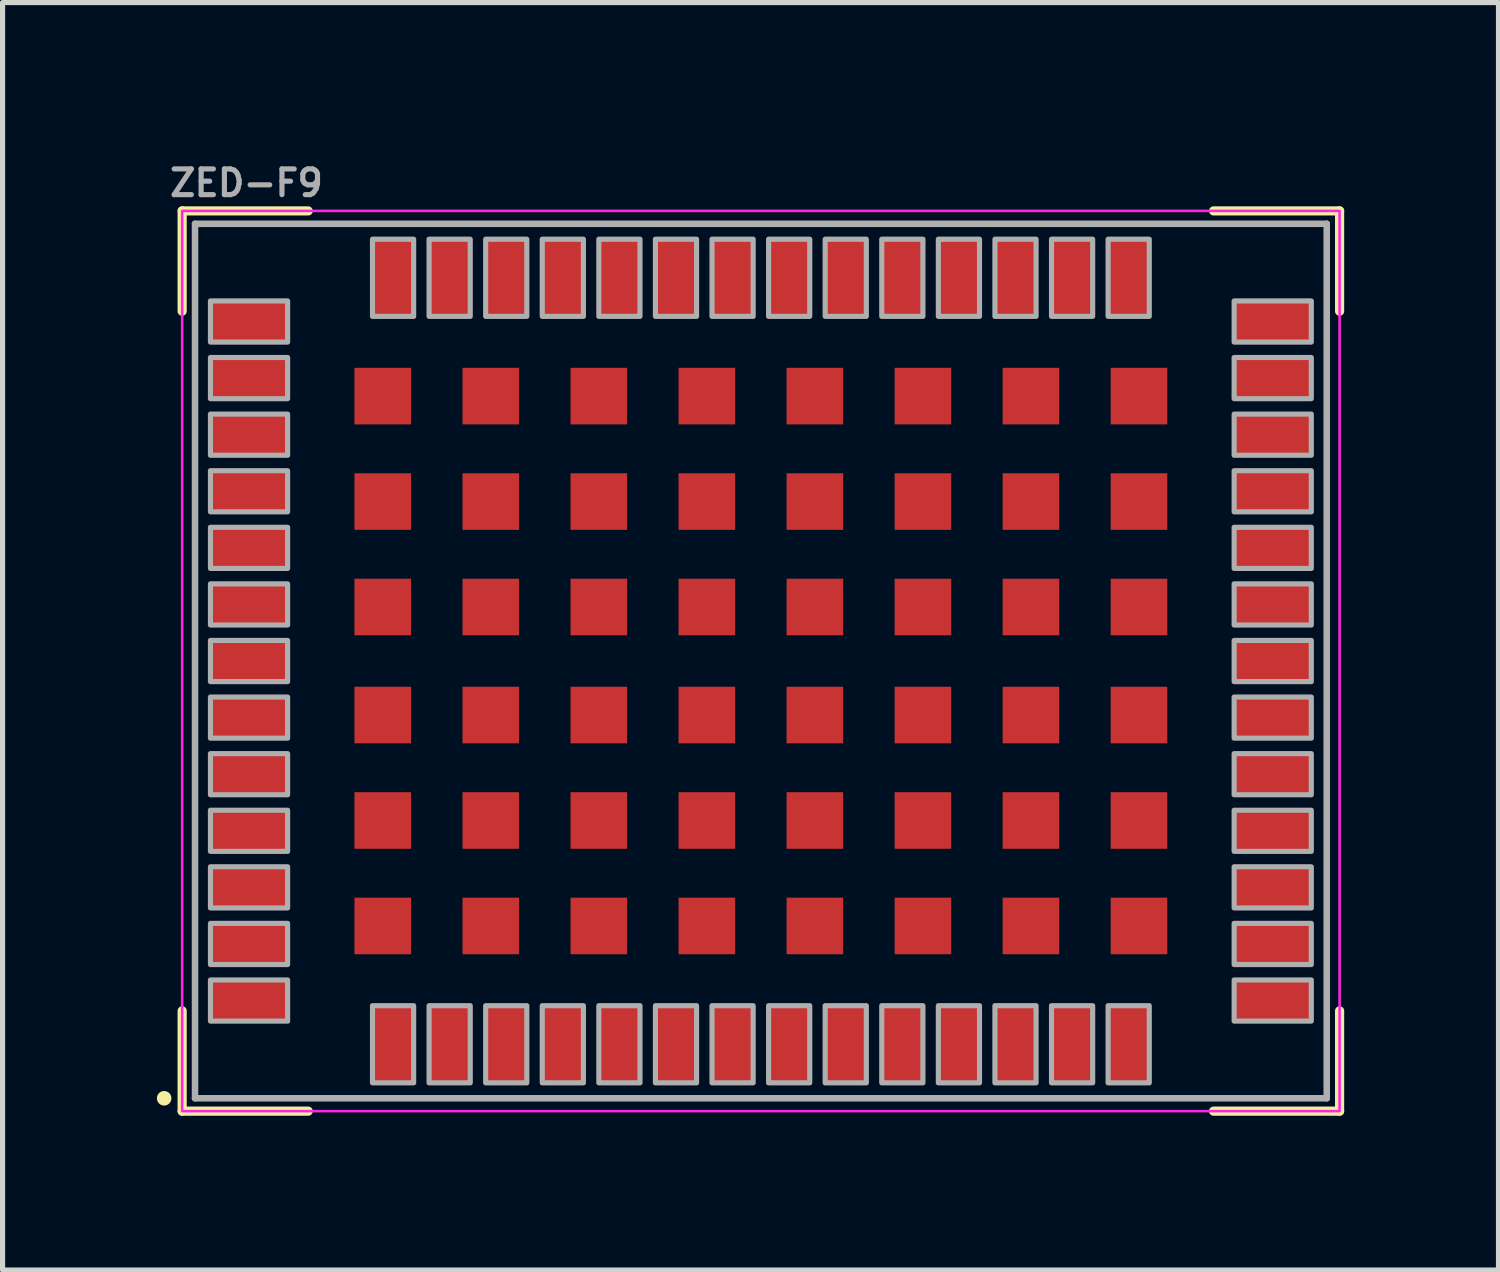
<source format=kicad_pcb>
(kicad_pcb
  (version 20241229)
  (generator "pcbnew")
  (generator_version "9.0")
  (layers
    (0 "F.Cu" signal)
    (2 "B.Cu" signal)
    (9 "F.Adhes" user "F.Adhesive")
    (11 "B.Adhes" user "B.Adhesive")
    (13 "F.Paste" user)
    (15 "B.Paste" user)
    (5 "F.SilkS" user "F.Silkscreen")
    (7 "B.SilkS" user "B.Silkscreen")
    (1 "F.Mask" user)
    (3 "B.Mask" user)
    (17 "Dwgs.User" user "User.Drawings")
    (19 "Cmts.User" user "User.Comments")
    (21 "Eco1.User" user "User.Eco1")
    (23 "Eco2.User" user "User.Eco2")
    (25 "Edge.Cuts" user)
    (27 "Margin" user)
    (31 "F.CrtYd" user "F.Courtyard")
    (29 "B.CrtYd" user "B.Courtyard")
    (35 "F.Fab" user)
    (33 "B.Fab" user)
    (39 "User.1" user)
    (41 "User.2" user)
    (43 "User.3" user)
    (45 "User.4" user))
  (footprint "ZED-F9"
    (layer "F.Cu")
    (at 11.741 9.8)
    (property "Reference" "ZED-F9" (at -10 -9 0) (layer "F.Fab") (effects (font (size 0.5 0.5) (thickness 0.1) (bold yes)) (justify bottom)))
    (fp_line (start -11.25 -8.75) (end -8.8 -8.75) (stroke (width 0.178) (type solid)) (layer "F.SilkS"))
    (fp_line (start -11.25 -6.8) (end -11.25 -8.75) (stroke (width 0.178) (type solid)) (layer "F.SilkS"))
    (fp_line (start -11.25 8.75) (end -11.25 6.8) (stroke (width 0.178) (type solid)) (layer "F.SilkS"))
    (fp_line (start -8.8 8.75) (end -11.25 8.75) (stroke (width 0.178) (type solid)) (layer "F.SilkS"))
    (fp_line (start 8.8 -8.75) (end 11.25 -8.75) (stroke (width 0.178) (type solid)) (layer "F.SilkS"))
    (fp_line (start 11.25 -8.75) (end 11.25 -6.8) (stroke (width 0.178) (type solid)) (layer "F.SilkS"))
    (fp_line (start 11.25 6.8) (end 11.25 8.75) (stroke (width 0.178) (type solid)) (layer "F.SilkS"))
    (fp_line (start 11.25 8.75) (end 8.8 8.75) (stroke (width 0.178) (type solid)) (layer "F.SilkS"))
    (fp_circle (center -11.6 8.5) (end -11.529 8.5) (stroke (width 0.141) (type solid)) (fill yes) (layer "F.SilkS"))
    (fp_poly (pts (xy -7.8 -4.7) (xy -6.9 -4.7) (xy -6.9 -5.6) (xy -7.8 -5.6)) (stroke (width 0) (type default)) (fill yes) (layer "F.Paste"))
    (fp_poly (pts (xy -7.8 -2.65) (xy -6.9 -2.65) (xy -6.9 -3.55) (xy -7.8 -3.55)) (stroke (width 0) (type default)) (fill yes) (layer "F.Paste"))
    (fp_poly (pts (xy -7.8 -0.6) (xy -6.9 -0.6) (xy -6.9 -1.5) (xy -7.8 -1.5)) (stroke (width 0) (type default)) (fill yes) (layer "F.Paste"))
    (fp_poly (pts (xy -7.8 1.5) (xy -6.9 1.5) (xy -6.9 0.6) (xy -7.8 0.6)) (stroke (width 0) (type default)) (fill yes) (layer "F.Paste"))
    (fp_poly (pts (xy -7.8 3.55) (xy -6.9 3.55) (xy -6.9 2.65) (xy -7.8 2.65)) (stroke (width 0) (type default)) (fill yes) (layer "F.Paste"))
    (fp_poly (pts (xy -7.8 5.6) (xy -6.9 5.6) (xy -6.9 4.7) (xy -7.8 4.7)) (stroke (width 0) (type default)) (fill yes) (layer "F.Paste"))
    (fp_poly (pts (xy -5.7 -4.7) (xy -4.8 -4.7) (xy -4.8 -5.6) (xy -5.7 -5.6)) (stroke (width 0) (type default)) (fill yes) (layer "F.Paste"))
    (fp_poly (pts (xy -5.7 -2.65) (xy -4.8 -2.65) (xy -4.8 -3.55) (xy -5.7 -3.55)) (stroke (width 0) (type default)) (fill yes) (layer "F.Paste"))
    (fp_poly (pts (xy -5.7 -0.6) (xy -4.8 -0.6) (xy -4.8 -1.5) (xy -5.7 -1.5)) (stroke (width 0) (type default)) (fill yes) (layer "F.Paste"))
    (fp_poly (pts (xy -5.7 1.5) (xy -4.8 1.5) (xy -4.8 0.6) (xy -5.7 0.6)) (stroke (width 0) (type default)) (fill yes) (layer "F.Paste"))
    (fp_poly (pts (xy -5.7 3.55) (xy -4.8 3.55) (xy -4.8 2.65) (xy -5.7 2.65)) (stroke (width 0) (type default)) (fill yes) (layer "F.Paste"))
    (fp_poly (pts (xy -5.7 5.6) (xy -4.8 5.6) (xy -4.8 4.7) (xy -5.7 4.7)) (stroke (width 0) (type default)) (fill yes) (layer "F.Paste"))
    (fp_poly (pts (xy -3.6 -4.7) (xy -2.7 -4.7) (xy -2.7 -5.6) (xy -3.6 -5.6)) (stroke (width 0) (type default)) (fill yes) (layer "F.Paste"))
    (fp_poly (pts (xy -3.6 -2.65) (xy -2.7 -2.65) (xy -2.7 -3.55) (xy -3.6 -3.55)) (stroke (width 0) (type default)) (fill yes) (layer "F.Paste"))
    (fp_poly (pts (xy -3.6 -0.6) (xy -2.7 -0.6) (xy -2.7 -1.5) (xy -3.6 -1.5)) (stroke (width 0) (type default)) (fill yes) (layer "F.Paste"))
    (fp_poly (pts (xy -3.6 1.5) (xy -2.7 1.5) (xy -2.7 0.6) (xy -3.6 0.6)) (stroke (width 0) (type default)) (fill yes) (layer "F.Paste"))
    (fp_poly (pts (xy -3.6 3.55) (xy -2.7 3.55) (xy -2.7 2.65) (xy -3.6 2.65)) (stroke (width 0) (type default)) (fill yes) (layer "F.Paste"))
    (fp_poly (pts (xy -3.6 5.6) (xy -2.7 5.6) (xy -2.7 4.7) (xy -3.6 4.7)) (stroke (width 0) (type default)) (fill yes) (layer "F.Paste"))
    (fp_poly (pts (xy -1.5 -4.7) (xy -0.6 -4.7) (xy -0.6 -5.6) (xy -1.5 -5.6)) (stroke (width 0) (type default)) (fill yes) (layer "F.Paste"))
    (fp_poly (pts (xy -1.5 -2.65) (xy -0.6 -2.65) (xy -0.6 -3.55) (xy -1.5 -3.55)) (stroke (width 0) (type default)) (fill yes) (layer "F.Paste"))
    (fp_poly (pts (xy -1.5 -0.6) (xy -0.6 -0.6) (xy -0.6 -1.5) (xy -1.5 -1.5)) (stroke (width 0) (type default)) (fill yes) (layer "F.Paste"))
    (fp_poly (pts (xy -1.5 1.5) (xy -0.6 1.5) (xy -0.6 0.6) (xy -1.5 0.6)) (stroke (width 0) (type default)) (fill yes) (layer "F.Paste"))
    (fp_poly (pts (xy -1.5 3.55) (xy -0.6 3.55) (xy -0.6 2.65) (xy -1.5 2.65)) (stroke (width 0) (type default)) (fill yes) (layer "F.Paste"))
    (fp_poly (pts (xy -1.5 5.6) (xy -0.6 5.6) (xy -0.6 4.7) (xy -1.5 4.7)) (stroke (width 0) (type default)) (fill yes) (layer "F.Paste"))
    (fp_poly (pts (xy 0.6 -4.7) (xy 1.5 -4.7) (xy 1.5 -5.6) (xy 0.6 -5.6)) (stroke (width 0) (type default)) (fill yes) (layer "F.Paste"))
    (fp_poly (pts (xy 0.6 -2.65) (xy 1.5 -2.65) (xy 1.5 -3.55) (xy 0.6 -3.55)) (stroke (width 0) (type default)) (fill yes) (layer "F.Paste"))
    (fp_poly (pts (xy 0.6 -0.6) (xy 1.5 -0.6) (xy 1.5 -1.5) (xy 0.6 -1.5)) (stroke (width 0) (type default)) (fill yes) (layer "F.Paste"))
    (fp_poly (pts (xy 0.6 1.5) (xy 1.5 1.5) (xy 1.5 0.6) (xy 0.6 0.6)) (stroke (width 0) (type default)) (fill yes) (layer "F.Paste"))
    (fp_poly (pts (xy 0.6 3.55) (xy 1.5 3.55) (xy 1.5 2.65) (xy 0.6 2.65)) (stroke (width 0) (type default)) (fill yes) (layer "F.Paste"))
    (fp_poly (pts (xy 0.6 5.6) (xy 1.5 5.6) (xy 1.5 4.7) (xy 0.6 4.7)) (stroke (width 0) (type default)) (fill yes) (layer "F.Paste"))
    (fp_poly (pts (xy 2.7 -4.7) (xy 3.6 -4.7) (xy 3.6 -5.6) (xy 2.7 -5.6)) (stroke (width 0) (type default)) (fill yes) (layer "F.Paste"))
    (fp_poly (pts (xy 2.7 -2.65) (xy 3.6 -2.65) (xy 3.6 -3.55) (xy 2.7 -3.55)) (stroke (width 0) (type default)) (fill yes) (layer "F.Paste"))
    (fp_poly (pts (xy 2.7 -0.6) (xy 3.6 -0.6) (xy 3.6 -1.5) (xy 2.7 -1.5)) (stroke (width 0) (type default)) (fill yes) (layer "F.Paste"))
    (fp_poly (pts (xy 2.7 1.5) (xy 3.6 1.5) (xy 3.6 0.6) (xy 2.7 0.6)) (stroke (width 0) (type default)) (fill yes) (layer "F.Paste"))
    (fp_poly (pts (xy 2.7 3.55) (xy 3.6 3.55) (xy 3.6 2.65) (xy 2.7 2.65)) (stroke (width 0) (type default)) (fill yes) (layer "F.Paste"))
    (fp_poly (pts (xy 2.7 5.6) (xy 3.6 5.6) (xy 3.6 4.7) (xy 2.7 4.7)) (stroke (width 0) (type default)) (fill yes) (layer "F.Paste"))
    (fp_poly (pts (xy 4.8 -4.7) (xy 5.7 -4.7) (xy 5.7 -5.6) (xy 4.8 -5.6)) (stroke (width 0) (type default)) (fill yes) (layer "F.Paste"))
    (fp_poly (pts (xy 4.8 -2.65) (xy 5.7 -2.65) (xy 5.7 -3.55) (xy 4.8 -3.55)) (stroke (width 0) (type default)) (fill yes) (layer "F.Paste"))
    (fp_poly (pts (xy 4.8 -0.6) (xy 5.7 -0.6) (xy 5.7 -1.5) (xy 4.8 -1.5)) (stroke (width 0) (type default)) (fill yes) (layer "F.Paste"))
    (fp_poly (pts (xy 4.8 1.5) (xy 5.7 1.5) (xy 5.7 0.6) (xy 4.8 0.6)) (stroke (width 0) (type default)) (fill yes) (layer "F.Paste"))
    (fp_poly (pts (xy 4.8 3.55) (xy 5.7 3.55) (xy 5.7 2.65) (xy 4.8 2.65)) (stroke (width 0) (type default)) (fill yes) (layer "F.Paste"))
    (fp_poly (pts (xy 4.8 5.6) (xy 5.7 5.6) (xy 5.7 4.7) (xy 4.8 4.7)) (stroke (width 0) (type default)) (fill yes) (layer "F.Paste"))
    (fp_poly (pts (xy 6.9 -4.7) (xy 7.8 -4.7) (xy 7.8 -5.6) (xy 6.9 -5.6)) (stroke (width 0) (type default)) (fill yes) (layer "F.Paste"))
    (fp_poly (pts (xy 6.9 -2.65) (xy 7.8 -2.65) (xy 7.8 -3.55) (xy 6.9 -3.55)) (stroke (width 0) (type default)) (fill yes) (layer "F.Paste"))
    (fp_poly (pts (xy 6.9 -0.6) (xy 7.8 -0.6) (xy 7.8 -1.5) (xy 6.9 -1.5)) (stroke (width 0) (type default)) (fill yes) (layer "F.Paste"))
    (fp_poly (pts (xy 6.9 1.5) (xy 7.8 1.5) (xy 7.8 0.6) (xy 6.9 0.6)) (stroke (width 0) (type default)) (fill yes) (layer "F.Paste"))
    (fp_poly (pts (xy 6.9 3.55) (xy 7.8 3.55) (xy 7.8 2.65) (xy 6.9 2.65)) (stroke (width 0) (type default)) (fill yes) (layer "F.Paste"))
    (fp_poly (pts (xy 6.9 5.6) (xy 7.8 5.6) (xy 7.8 4.7) (xy 6.9 4.7)) (stroke (width 0) (type default)) (fill yes) (layer "F.Paste"))
    (fp_rect (start -11.25 -8.75) (end 11.25 8.75) (stroke (width 0.05) (type default)) (fill no) (layer "F.CrtYd"))
    (fp_line (start -11 -8.5) (end 11 -8.5) (stroke (width 0.127) (type solid)) (layer "F.Fab"))
    (fp_line (start -11 8.5) (end -11 -8.5) (stroke (width 0.127) (type solid)) (layer "F.Fab"))
    (fp_line (start 11 -8.5) (end 11 8.5) (stroke (width 0.127) (type solid)) (layer "F.Fab"))
    (fp_line (start 11 8.5) (end -11 8.5) (stroke (width 0.127) (type solid)) (layer "F.Fab"))
    (fp_poly (pts (xy -10.7 -6.2) (xy -9.2 -6.2) (xy -9.2 -7) (xy -10.7 -7)) (stroke (width 0.1) (type default)) (fill no) (layer "F.Fab"))
    (fp_poly (pts (xy -10.7 -5.1) (xy -9.2 -5.1) (xy -9.2 -5.9) (xy -10.7 -5.9)) (stroke (width 0.1) (type default)) (fill no) (layer "F.Fab"))
    (fp_poly (pts (xy -10.7 -4) (xy -9.2 -4) (xy -9.2 -4.8) (xy -10.7 -4.8)) (stroke (width 0.1) (type default)) (fill no) (layer "F.Fab"))
    (fp_poly (pts (xy -10.7 -2.9) (xy -9.2 -2.9) (xy -9.2 -3.7) (xy -10.7 -3.7)) (stroke (width 0.1) (type default)) (fill no) (layer "F.Fab"))
    (fp_poly (pts (xy -10.7 -1.8) (xy -9.2 -1.8) (xy -9.2 -2.6) (xy -10.7 -2.6)) (stroke (width 0.1) (type default)) (fill no) (layer "F.Fab"))
    (fp_poly (pts (xy -10.7 -0.7) (xy -9.2 -0.7) (xy -9.2 -1.5) (xy -10.7 -1.5)) (stroke (width 0.1) (type default)) (fill no) (layer "F.Fab"))
    (fp_poly (pts (xy -10.7 0.4) (xy -9.2 0.4) (xy -9.2 -0.4) (xy -10.7 -0.4)) (stroke (width 0.1) (type default)) (fill no) (layer "F.Fab"))
    (fp_poly (pts (xy -10.7 1.5) (xy -9.2 1.5) (xy -9.2 0.7) (xy -10.7 0.7)) (stroke (width 0.1) (type default)) (fill no) (layer "F.Fab"))
    (fp_poly (pts (xy -10.7 2.6) (xy -9.2 2.6) (xy -9.2 1.8) (xy -10.7 1.8)) (stroke (width 0.1) (type default)) (fill no) (layer "F.Fab"))
    (fp_poly (pts (xy -10.7 3.7) (xy -9.2 3.7) (xy -9.2 2.9) (xy -10.7 2.9)) (stroke (width 0.1) (type default)) (fill no) (layer "F.Fab"))
    (fp_poly (pts (xy -10.7 4.8) (xy -9.2 4.8) (xy -9.2 4) (xy -10.7 4)) (stroke (width 0.1) (type default)) (fill no) (layer "F.Fab"))
    (fp_poly (pts (xy -10.7 5.9) (xy -9.2 5.9) (xy -9.2 5.1) (xy -10.7 5.1)) (stroke (width 0.1) (type default)) (fill no) (layer "F.Fab"))
    (fp_poly (pts (xy -10.7 7) (xy -9.2 7) (xy -9.2 6.2) (xy -10.7 6.2)) (stroke (width 0.1) (type default)) (fill no) (layer "F.Fab"))
    (fp_poly (pts (xy -7.55 -6.7) (xy -6.75 -6.7) (xy -6.75 -8.2) (xy -7.55 -8.2)) (stroke (width 0.1) (type default)) (fill no) (layer "F.Fab"))
    (fp_poly (pts (xy -7.55 8.2) (xy -6.75 8.2) (xy -6.75 6.7) (xy -7.55 6.7)) (stroke (width 0.1) (type default)) (fill no) (layer "F.Fab"))
    (fp_poly (pts (xy -6.45 -6.7) (xy -5.65 -6.7) (xy -5.65 -8.2) (xy -6.45 -8.2)) (stroke (width 0.1) (type default)) (fill no) (layer "F.Fab"))
    (fp_poly (pts (xy -6.45 8.2) (xy -5.65 8.2) (xy -5.65 6.7) (xy -6.45 6.7)) (stroke (width 0.1) (type default)) (fill no) (layer "F.Fab"))
    (fp_poly (pts (xy -5.35 -6.7) (xy -4.55 -6.7) (xy -4.55 -8.2) (xy -5.35 -8.2)) (stroke (width 0.1) (type default)) (fill no) (layer "F.Fab"))
    (fp_poly (pts (xy -5.35 8.2) (xy -4.55 8.2) (xy -4.55 6.7) (xy -5.35 6.7)) (stroke (width 0.1) (type default)) (fill no) (layer "F.Fab"))
    (fp_poly (pts (xy -4.25 -6.7) (xy -3.45 -6.7) (xy -3.45 -8.2) (xy -4.25 -8.2)) (stroke (width 0.1) (type default)) (fill no) (layer "F.Fab"))
    (fp_poly (pts (xy -4.25 8.2) (xy -3.45 8.2) (xy -3.45 6.7) (xy -4.25 6.7)) (stroke (width 0.1) (type default)) (fill no) (layer "F.Fab"))
    (fp_poly (pts (xy -3.15 -6.7) (xy -2.35 -6.7) (xy -2.35 -8.2) (xy -3.15 -8.2)) (stroke (width 0.1) (type default)) (fill no) (layer "F.Fab"))
    (fp_poly (pts (xy -3.15 8.2) (xy -2.35 8.2) (xy -2.35 6.7) (xy -3.15 6.7)) (stroke (width 0.1) (type default)) (fill no) (layer "F.Fab"))
    (fp_poly (pts (xy -2.05 -6.7) (xy -1.25 -6.7) (xy -1.25 -8.2) (xy -2.05 -8.2)) (stroke (width 0.1) (type default)) (fill no) (layer "F.Fab"))
    (fp_poly (pts (xy -2.05 8.2) (xy -1.25 8.2) (xy -1.25 6.7) (xy -2.05 6.7)) (stroke (width 0.1) (type default)) (fill no) (layer "F.Fab"))
    (fp_poly (pts (xy -0.95 -6.7) (xy -0.15 -6.7) (xy -0.15 -8.2) (xy -0.95 -8.2)) (stroke (width 0.1) (type default)) (fill no) (layer "F.Fab"))
    (fp_poly (pts (xy -0.95 8.2) (xy -0.15 8.2) (xy -0.15 6.7) (xy -0.95 6.7)) (stroke (width 0.1) (type default)) (fill no) (layer "F.Fab"))
    (fp_poly (pts (xy 0.15 -6.7) (xy 0.95 -6.7) (xy 0.95 -8.2) (xy 0.15 -8.2)) (stroke (width 0.1) (type default)) (fill no) (layer "F.Fab"))
    (fp_poly (pts (xy 0.15 8.2) (xy 0.95 8.2) (xy 0.95 6.7) (xy 0.15 6.7)) (stroke (width 0.1) (type default)) (fill no) (layer "F.Fab"))
    (fp_poly (pts (xy 1.25 -6.7) (xy 2.05 -6.7) (xy 2.05 -8.2) (xy 1.25 -8.2)) (stroke (width 0.1) (type default)) (fill no) (layer "F.Fab"))
    (fp_poly (pts (xy 1.25 8.2) (xy 2.05 8.2) (xy 2.05 6.7) (xy 1.25 6.7)) (stroke (width 0.1) (type default)) (fill no) (layer "F.Fab"))
    (fp_poly (pts (xy 2.35 -6.7) (xy 3.15 -6.7) (xy 3.15 -8.2) (xy 2.35 -8.2)) (stroke (width 0.1) (type default)) (fill no) (layer "F.Fab"))
    (fp_poly (pts (xy 2.35 8.2) (xy 3.15 8.2) (xy 3.15 6.7) (xy 2.35 6.7)) (stroke (width 0.1) (type default)) (fill no) (layer "F.Fab"))
    (fp_poly (pts (xy 3.45 -6.7) (xy 4.25 -6.7) (xy 4.25 -8.2) (xy 3.45 -8.2)) (stroke (width 0.1) (type default)) (fill no) (layer "F.Fab"))
    (fp_poly (pts (xy 3.45 8.2) (xy 4.25 8.2) (xy 4.25 6.7) (xy 3.45 6.7)) (stroke (width 0.1) (type default)) (fill no) (layer "F.Fab"))
    (fp_poly (pts (xy 4.55 -6.7) (xy 5.35 -6.7) (xy 5.35 -8.2) (xy 4.55 -8.2)) (stroke (width 0.1) (type default)) (fill no) (layer "F.Fab"))
    (fp_poly (pts (xy 4.55 8.2) (xy 5.35 8.2) (xy 5.35 6.7) (xy 4.55 6.7)) (stroke (width 0.1) (type default)) (fill no) (layer "F.Fab"))
    (fp_poly (pts (xy 5.65 -6.7) (xy 6.45 -6.7) (xy 6.45 -8.2) (xy 5.65 -8.2)) (stroke (width 0.1) (type default)) (fill no) (layer "F.Fab"))
    (fp_poly (pts (xy 5.65 8.2) (xy 6.45 8.2) (xy 6.45 6.7) (xy 5.65 6.7)) (stroke (width 0.1) (type default)) (fill no) (layer "F.Fab"))
    (fp_poly (pts (xy 6.75 -6.7) (xy 7.55 -6.7) (xy 7.55 -8.2) (xy 6.75 -8.2)) (stroke (width 0.1) (type default)) (fill no) (layer "F.Fab"))
    (fp_poly (pts (xy 6.75 8.2) (xy 7.55 8.2) (xy 7.55 6.7) (xy 6.75 6.7)) (stroke (width 0.1) (type default)) (fill no) (layer "F.Fab"))
    (fp_poly (pts (xy 9.2 -6.2) (xy 10.7 -6.2) (xy 10.7 -7) (xy 9.2 -7)) (stroke (width 0.1) (type default)) (fill no) (layer "F.Fab"))
    (fp_poly (pts (xy 9.2 -5.1) (xy 10.7 -5.1) (xy 10.7 -5.9) (xy 9.2 -5.9)) (stroke (width 0.1) (type default)) (fill no) (layer "F.Fab"))
    (fp_poly (pts (xy 9.2 -4) (xy 10.7 -4) (xy 10.7 -4.8) (xy 9.2 -4.8)) (stroke (width 0.1) (type default)) (fill no) (layer "F.Fab"))
    (fp_poly (pts (xy 9.2 -2.9) (xy 10.7 -2.9) (xy 10.7 -3.7) (xy 9.2 -3.7)) (stroke (width 0.1) (type default)) (fill no) (layer "F.Fab"))
    (fp_poly (pts (xy 9.2 -1.8) (xy 10.7 -1.8) (xy 10.7 -2.6) (xy 9.2 -2.6)) (stroke (width 0.1) (type default)) (fill no) (layer "F.Fab"))
    (fp_poly (pts (xy 9.2 -0.7) (xy 10.7 -0.7) (xy 10.7 -1.5) (xy 9.2 -1.5)) (stroke (width 0.1) (type default)) (fill no) (layer "F.Fab"))
    (fp_poly (pts (xy 9.2 0.4) (xy 10.7 0.4) (xy 10.7 -0.4) (xy 9.2 -0.4)) (stroke (width 0.1) (type default)) (fill no) (layer "F.Fab"))
    (fp_poly (pts (xy 9.2 1.5) (xy 10.7 1.5) (xy 10.7 0.7) (xy 9.2 0.7)) (stroke (width 0.1) (type default)) (fill no) (layer "F.Fab"))
    (fp_poly (pts (xy 9.2 2.6) (xy 10.7 2.6) (xy 10.7 1.8) (xy 9.2 1.8)) (stroke (width 0.1) (type default)) (fill no) (layer "F.Fab"))
    (fp_poly (pts (xy 9.2 3.7) (xy 10.7 3.7) (xy 10.7 2.9) (xy 9.2 2.9)) (stroke (width 0.1) (type default)) (fill no) (layer "F.Fab"))
    (fp_poly (pts (xy 9.2 4.8) (xy 10.7 4.8) (xy 10.7 4) (xy 9.2 4)) (stroke (width 0.1) (type default)) (fill no) (layer "F.Fab"))
    (fp_poly (pts (xy 9.2 5.9) (xy 10.7 5.9) (xy 10.7 5.1) (xy 9.2 5.1)) (stroke (width 0.1) (type default)) (fill no) (layer "F.Fab"))
    (fp_poly (pts (xy 9.2 7) (xy 10.7 7) (xy 10.7 6.2) (xy 9.2 6.2)) (stroke (width 0.1) (type default)) (fill no) (layer "F.Fab"))
    (pad "1" smd rect (at -7.15 7.45 90) (size 1.52 0.85) (layers "F.Cu" "F.Mask" "F.Paste"))
    (pad "2" smd rect (at -6.05 7.45 90) (size 1.52 0.85) (layers "F.Cu" "F.Mask" "F.Paste"))
    (pad "3" smd rect (at -4.95 7.45 90) (size 1.52 0.85) (layers "F.Cu" "F.Mask" "F.Paste"))
    (pad "4" smd rect (at -3.85 7.45 90) (size 1.52 0.85) (layers "F.Cu" "F.Mask" "F.Paste"))
    (pad "5" smd rect (at -2.75 7.45 90) (size 1.52 0.85) (layers "F.Cu" "F.Mask" "F.Paste"))
    (pad "6" smd rect (at -1.65 7.45 90) (size 1.52 0.85) (layers "F.Cu" "F.Mask" "F.Paste"))
    (pad "7" smd rect (at -0.55 7.45 90) (size 1.52 0.85) (layers "F.Cu" "F.Mask" "F.Paste"))
    (pad "8" smd rect (at 0.55 7.45 90) (size 1.52 0.85) (layers "F.Cu" "F.Mask" "F.Paste"))
    (pad "9" smd rect (at 1.65 7.45 90) (size 1.52 0.85) (layers "F.Cu" "F.Mask" "F.Paste"))
    (pad "10" smd rect (at 2.75 7.45 90) (size 1.52 0.85) (layers "F.Cu" "F.Mask" "F.Paste"))
    (pad "11" smd rect (at 3.85 7.45 90) (size 1.52 0.85) (layers "F.Cu" "F.Mask" "F.Paste"))
    (pad "12" smd rect (at 4.95 7.45 90) (size 1.52 0.85) (layers "F.Cu" "F.Mask" "F.Paste"))
    (pad "13" smd rect (at 6.05 7.45 90) (size 1.52 0.85) (layers "F.Cu" "F.Mask" "F.Paste"))
    (pad "14" smd rect (at 7.15 7.45 90) (size 1.52 0.85) (layers "F.Cu" "F.Mask" "F.Paste"))
    (pad "15" smd rect (at 9.95 6.6) (size 1.52 0.85) (layers "F.Cu" "F.Mask" "F.Paste"))
    (pad "16" smd rect (at 9.95 5.5) (size 1.52 0.85) (layers "F.Cu" "F.Mask" "F.Paste"))
    (pad "17" smd rect (at 9.95 4.4) (size 1.52 0.85) (layers "F.Cu" "F.Mask" "F.Paste"))
    (pad "18" smd rect (at 9.95 3.3) (size 1.52 0.85) (layers "F.Cu" "F.Mask" "F.Paste"))
    (pad "19" smd rect (at 9.95 2.2) (size 1.52 0.85) (layers "F.Cu" "F.Mask" "F.Paste"))
    (pad "20" smd rect (at 9.95 1.1) (size 1.52 0.85) (layers "F.Cu" "F.Mask" "F.Paste"))
    (pad "21" smd rect (at 9.95 0) (size 1.52 0.85) (layers "F.Cu" "F.Mask" "F.Paste"))
    (pad "22" smd rect (at 9.95 -1.1) (size 1.52 0.85) (layers "F.Cu" "F.Mask" "F.Paste"))
    (pad "23" smd rect (at 9.95 -2.2) (size 1.52 0.85) (layers "F.Cu" "F.Mask" "F.Paste"))
    (pad "24" smd rect (at 9.95 -3.3) (size 1.52 0.85) (layers "F.Cu" "F.Mask" "F.Paste"))
    (pad "25" smd rect (at 9.95 -4.4) (size 1.52 0.85) (layers "F.Cu" "F.Mask" "F.Paste"))
    (pad "26" smd rect (at 9.95 -5.5) (size 1.52 0.85) (layers "F.Cu" "F.Mask" "F.Paste"))
    (pad "27" smd rect (at 9.95 -6.6) (size 1.52 0.85) (layers "F.Cu" "F.Mask" "F.Paste"))
    (pad "28" smd rect (at 7.15 -7.45 270) (size 1.52 0.85) (layers "F.Cu" "F.Mask" "F.Paste"))
    (pad "29" smd rect (at 6.05 -7.45 270) (size 1.52 0.85) (layers "F.Cu" "F.Mask" "F.Paste"))
    (pad "30" smd rect (at 4.95 -7.45 270) (size 1.52 0.85) (layers "F.Cu" "F.Mask" "F.Paste"))
    (pad "31" smd rect (at 3.85 -7.45 270) (size 1.52 0.85) (layers "F.Cu" "F.Mask" "F.Paste"))
    (pad "32" smd rect (at 2.75 -7.45 270) (size 1.52 0.85) (layers "F.Cu" "F.Mask" "F.Paste"))
    (pad "33" smd rect (at 1.65 -7.45 270) (size 1.52 0.85) (layers "F.Cu" "F.Mask" "F.Paste"))
    (pad "34" smd rect (at 0.55 -7.45 270) (size 1.52 0.85) (layers "F.Cu" "F.Mask" "F.Paste"))
    (pad "35" smd rect (at -0.55 -7.45 270) (size 1.52 0.85) (layers "F.Cu" "F.Mask" "F.Paste"))
    (pad "36" smd rect (at -1.65 -7.45 270) (size 1.52 0.85) (layers "F.Cu" "F.Mask" "F.Paste"))
    (pad "37" smd rect (at -2.75 -7.45 270) (size 1.52 0.85) (layers "F.Cu" "F.Mask" "F.Paste"))
    (pad "38" smd rect (at -3.85 -7.45 270) (size 1.52 0.85) (layers "F.Cu" "F.Mask" "F.Paste"))
    (pad "39" smd rect (at -4.95 -7.45 270) (size 1.52 0.85) (layers "F.Cu" "F.Mask" "F.Paste"))
    (pad "40" smd rect (at -6.05 -7.45 270) (size 1.52 0.85) (layers "F.Cu" "F.Mask" "F.Paste"))
    (pad "41" smd rect (at -7.15 -7.45 270) (size 1.52 0.85) (layers "F.Cu" "F.Mask" "F.Paste"))
    (pad "42" smd rect (at -9.95 -6.6 180) (size 1.52 0.85) (layers "F.Cu" "F.Mask" "F.Paste"))
    (pad "43" smd rect (at -9.95 -5.5 180) (size 1.52 0.85) (layers "F.Cu" "F.Mask" "F.Paste"))
    (pad "44" smd rect (at -9.95 -4.4 180) (size 1.52 0.85) (layers "F.Cu" "F.Mask" "F.Paste"))
    (pad "45" smd rect (at -9.95 -3.3 180) (size 1.52 0.85) (layers "F.Cu" "F.Mask" "F.Paste"))
    (pad "46" smd rect (at -9.95 -2.2 180) (size 1.52 0.85) (layers "F.Cu" "F.Mask" "F.Paste"))
    (pad "47" smd rect (at -9.95 -1.1 180) (size 1.52 0.85) (layers "F.Cu" "F.Mask" "F.Paste"))
    (pad "48" smd rect (at -9.95 0 180) (size 1.52 0.85) (layers "F.Cu" "F.Mask" "F.Paste"))
    (pad "49" smd rect (at -9.95 1.1 180) (size 1.52 0.85) (layers "F.Cu" "F.Mask" "F.Paste"))
    (pad "50" smd rect (at -9.95 2.2 180) (size 1.52 0.85) (layers "F.Cu" "F.Mask" "F.Paste"))
    (pad "51" smd rect (at -9.95 3.3 180) (size 1.52 0.85) (layers "F.Cu" "F.Mask" "F.Paste"))
    (pad "52" smd rect (at -9.95 4.4 180) (size 1.52 0.85) (layers "F.Cu" "F.Mask" "F.Paste"))
    (pad "53" smd rect (at -9.95 5.5 180) (size 1.52 0.85) (layers "F.Cu" "F.Mask" "F.Paste"))
    (pad "54" smd rect (at -9.95 6.6 180) (size 1.52 0.85) (layers "F.Cu" "F.Mask" "F.Paste"))
    (pad "55" smd rect (at -1.05 1.05) (size 1.1 1.1) (layers "F.Cu" "F.Mask"))
    (pad "56" smd rect (at -3.15 1.05) (size 1.1 1.1) (layers "F.Cu" "F.Mask"))
    (pad "57" smd rect (at -5.25 1.05) (size 1.1 1.1) (layers "F.Cu" "F.Mask"))
    (pad "58" smd rect (at -7.35 1.05) (size 1.1 1.1) (layers "F.Cu" "F.Mask"))
    (pad "59" smd rect (at -1.05 3.1) (size 1.1 1.1) (layers "F.Cu" "F.Mask"))
    (pad "60" smd rect (at -3.15 3.1) (size 1.1 1.1) (layers "F.Cu" "F.Mask"))
    (pad "61" smd rect (at -5.25 3.1) (size 1.1 1.1) (layers "F.Cu" "F.Mask"))
    (pad "62" smd rect (at -7.35 3.1) (size 1.1 1.1) (layers "F.Cu" "F.Mask"))
    (pad "63" smd rect (at -1.05 5.15) (size 1.1 1.1) (layers "F.Cu" "F.Mask"))
    (pad "64" smd rect (at -3.15 5.15) (size 1.1 1.1) (layers "F.Cu" "F.Mask"))
    (pad "65" smd rect (at -5.25 5.15) (size 1.1 1.1) (layers "F.Cu" "F.Mask"))
    (pad "66" smd rect (at -7.35 5.15) (size 1.1 1.1) (layers "F.Cu" "F.Mask"))
    (pad "67" smd rect (at -1.05 -5.15) (size 1.1 1.1) (layers "F.Cu" "F.Mask"))
    (pad "68" smd rect (at -3.15 -5.15) (size 1.1 1.1) (layers "F.Cu" "F.Mask"))
    (pad "69" smd rect (at -5.25 -5.15) (size 1.1 1.1) (layers "F.Cu" "F.Mask"))
    (pad "70" smd rect (at -7.35 -5.15) (size 1.1 1.1) (layers "F.Cu" "F.Mask"))
    (pad "71" smd rect (at -1.05 -3.1) (size 1.1 1.1) (layers "F.Cu" "F.Mask"))
    (pad "72" smd rect (at -3.15 -3.1) (size 1.1 1.1) (layers "F.Cu" "F.Mask"))
    (pad "73" smd rect (at -5.25 -3.1) (size 1.1 1.1) (layers "F.Cu" "F.Mask"))
    (pad "74" smd rect (at -7.35 -3.1) (size 1.1 1.1) (layers "F.Cu" "F.Mask"))
    (pad "75" smd rect (at -1.05 -1.05) (size 1.1 1.1) (layers "F.Cu" "F.Mask"))
    (pad "76" smd rect (at -3.15 -1.05) (size 1.1 1.1) (layers "F.Cu" "F.Mask"))
    (pad "77" smd rect (at -5.25 -1.05) (size 1.1 1.1) (layers "F.Cu" "F.Mask"))
    (pad "78" smd rect (at -7.35 -1.05) (size 1.1 1.1) (layers "F.Cu" "F.Mask"))
    (pad "79" smd rect (at 1.05 -1.05 180) (size 1.1 1.1) (layers "F.Cu" "F.Mask"))
    (pad "80" smd rect (at 3.15 -1.05 180) (size 1.1 1.1) (layers "F.Cu" "F.Mask"))
    (pad "81" smd rect (at 5.25 -1.05 180) (size 1.1 1.1) (layers "F.Cu" "F.Mask"))
    (pad "82" smd rect (at 7.35 -1.05 180) (size 1.1 1.1) (layers "F.Cu" "F.Mask"))
    (pad "83" smd rect (at 1.05 -3.1 180) (size 1.1 1.1) (layers "F.Cu" "F.Mask"))
    (pad "84" smd rect (at 3.15 -3.1 180) (size 1.1 1.1) (layers "F.Cu" "F.Mask"))
    (pad "85" smd rect (at 5.25 -3.1 180) (size 1.1 1.1) (layers "F.Cu" "F.Mask"))
    (pad "86" smd rect (at 7.35 -3.1 180) (size 1.1 1.1) (layers "F.Cu" "F.Mask"))
    (pad "87" smd rect (at 1.05 -5.15 180) (size 1.1 1.1) (layers "F.Cu" "F.Mask"))
    (pad "88" smd rect (at 3.15 -5.15 180) (size 1.1 1.1) (layers "F.Cu" "F.Mask"))
    (pad "89" smd rect (at 5.25 -5.15 180) (size 1.1 1.1) (layers "F.Cu" "F.Mask"))
    (pad "90" smd rect (at 7.35 -5.15 180) (size 1.1 1.1) (layers "F.Cu" "F.Mask"))
    (pad "91" smd rect (at 1.05 5.15 180) (size 1.1 1.1) (layers "F.Cu" "F.Mask"))
    (pad "92" smd rect (at 3.15 5.15 180) (size 1.1 1.1) (layers "F.Cu" "F.Mask"))
    (pad "93" smd rect (at 5.25 5.15 180) (size 1.1 1.1) (layers "F.Cu" "F.Mask"))
    (pad "94" smd rect (at 7.35 5.15 180) (size 1.1 1.1) (layers "F.Cu" "F.Mask"))
    (pad "95" smd rect (at 1.05 3.1 180) (size 1.1 1.1) (layers "F.Cu" "F.Mask"))
    (pad "96" smd rect (at 3.15 3.1 180) (size 1.1 1.1) (layers "F.Cu" "F.Mask"))
    (pad "97" smd rect (at 5.25 3.1 180) (size 1.1 1.1) (layers "F.Cu" "F.Mask"))
    (pad "98" smd rect (at 7.35 3.1 180) (size 1.1 1.1) (layers "F.Cu" "F.Mask"))
    (pad "99" smd rect (at 1.05 1.05 180) (size 1.1 1.1) (layers "F.Cu" "F.Mask"))
    (pad "100" smd rect (at 3.15 1.05 180) (size 1.1 1.1) (layers "F.Cu" "F.Mask"))
    (pad "101" smd rect (at 5.25 1.05 180) (size 1.1 1.1) (layers "F.Cu" "F.Mask"))
    (pad "102" smd rect (at 7.35 1.05 180) (size 1.1 1.1) (layers "F.Cu" "F.Mask")))
  (gr_rect
    (start -3 -3)
    (end 26.08 21.639)
    (stroke (width 0.1) (type default))
    (fill no)
    (layer "Edge.Cuts")))
</source>
